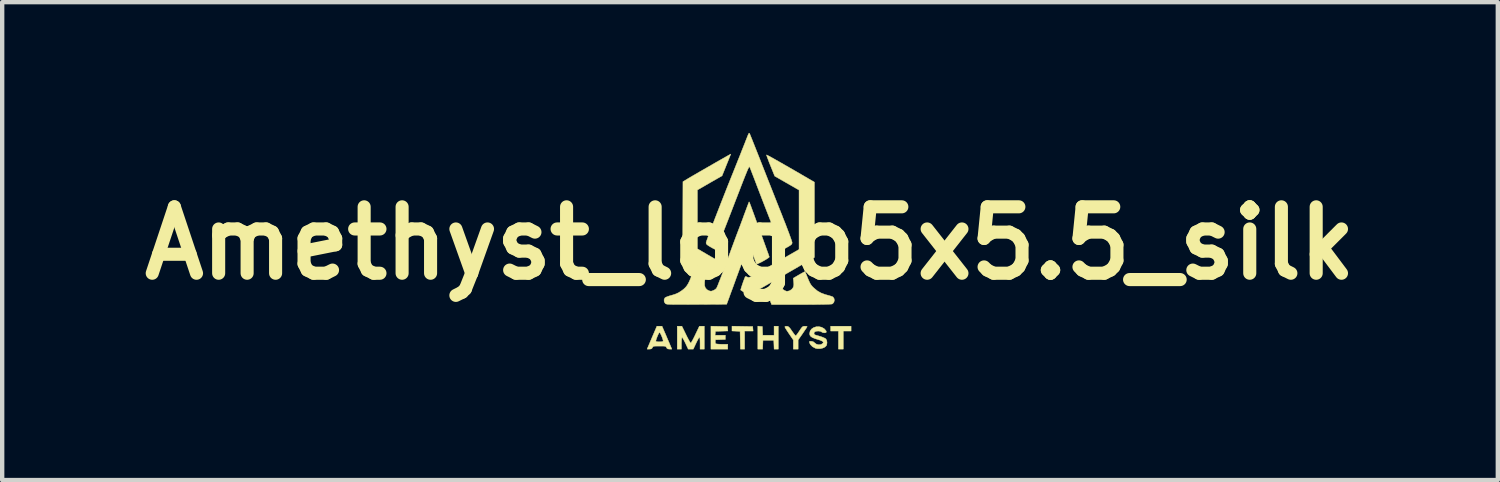
<source format=kicad_pcb>
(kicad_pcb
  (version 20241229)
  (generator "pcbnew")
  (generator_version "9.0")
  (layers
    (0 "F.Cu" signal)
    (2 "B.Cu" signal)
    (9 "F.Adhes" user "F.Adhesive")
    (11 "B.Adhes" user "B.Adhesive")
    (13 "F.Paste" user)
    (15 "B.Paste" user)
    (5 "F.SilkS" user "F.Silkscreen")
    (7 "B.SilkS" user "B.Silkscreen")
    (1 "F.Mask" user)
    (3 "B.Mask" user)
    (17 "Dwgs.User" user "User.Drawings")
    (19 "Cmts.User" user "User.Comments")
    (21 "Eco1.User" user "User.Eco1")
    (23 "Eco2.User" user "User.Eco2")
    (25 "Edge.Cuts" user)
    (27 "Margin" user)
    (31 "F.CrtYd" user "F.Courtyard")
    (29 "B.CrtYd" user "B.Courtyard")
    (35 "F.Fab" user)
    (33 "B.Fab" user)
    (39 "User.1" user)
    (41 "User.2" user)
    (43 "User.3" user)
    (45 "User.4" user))
  (footprint "Amethyst_logo5x5.5_silk"
    (layer "F.Cu")
    (at 14.159 2.53)
    (property "Reference" "Amethyst_logo5x5.5_silk" (at 0 0 0) (layer "F.SilkS") (effects (font (size 1.524 1.524) (thickness 0.3))))
    (attr through_hole)
    (fp_poly (pts (xy 2.319 2.015) (xy 2.14 2.015) (xy 2.14 2.43) (xy 2.029 2.43) (xy 2.029 2.015) (xy 1.85 2.015) (xy 1.85 1.905) (xy 2.319 1.905) (xy 2.319 2.015)) (stroke (width 0.01) (type solid)) (fill yes) (layer "F.SilkS"))
    (fp_poly (pts (xy 0.062 1.912) (xy 0.066 1.964) (xy 0.071 2.015) (xy -0.124 2.015) (xy -0.124 2.43) (xy -0.22 2.43) (xy -0.228 2.022) (xy -0.321 2.018) (xy -0.414 2.014) (xy -0.414 1.904) (xy 0.062 1.912)) (stroke (width 0.01) (type solid)) (fill yes) (layer "F.SilkS"))
    (fp_poly (pts (xy 0.231 1.908) (xy 0.283 1.912) (xy 0.287 2.012) (xy 0.291 2.112) (xy 0.552 2.112) (xy 0.552 1.905) (xy 0.649 1.905) (xy 0.649 2.43) (xy 0.553 2.43) (xy 0.549 2.329) (xy 0.545 2.229) (xy 0.297 2.229) (xy 0.293 2.329) (xy 0.289 2.43) (xy 0.179 2.43) (xy 0.179 1.903) (xy 0.231 1.908)) (stroke (width 0.01) (type solid)) (fill yes) (layer "F.SilkS"))
    (fp_poly (pts (xy -0.707 1.908) (xy -0.518 1.912) (xy -0.513 1.963) (xy -0.509 2.014) (xy -0.651 2.018) (xy -0.794 2.022) (xy -0.802 2.112) (xy -0.566 2.112) (xy -0.566 2.208) (xy -0.68 2.212) (xy -0.794 2.216) (xy -0.798 2.256) (xy -0.796 2.289) (xy -0.785 2.307) (xy -0.763 2.312) (xy -0.722 2.316) (xy -0.667 2.319) (xy -0.638 2.319) (xy -0.511 2.319) (xy -0.511 2.43) (xy -0.897 2.43) (xy -0.897 1.904) (xy -0.707 1.908)) (stroke (width 0.01) (type solid)) (fill yes) (layer "F.SilkS"))
    (fp_poly (pts (xy -1.469 2.098) (xy -1.436 2.165) (xy -1.406 2.221) (xy -1.382 2.263) (xy -1.366 2.288) (xy -1.361 2.291) (xy -1.35 2.28) (xy -1.33 2.247) (xy -1.303 2.198) (xy -1.272 2.136) (xy -1.254 2.098) (xy -1.162 1.905) (xy -1.049 1.905) (xy -1.049 2.43) (xy -1.146 2.43) (xy -1.146 2.292) (xy -1.147 2.232) (xy -1.15 2.186) (xy -1.155 2.159) (xy -1.159 2.153) (xy -1.17 2.165) (xy -1.189 2.197) (xy -1.214 2.244) (xy -1.237 2.292) (xy -1.302 2.43) (xy -1.418 2.43) (xy -1.483 2.291) (xy -1.51 2.237) (xy -1.534 2.194) (xy -1.552 2.167) (xy -1.561 2.161) (xy -1.566 2.177) (xy -1.571 2.215) (xy -1.573 2.267) (xy -1.574 2.299) (xy -1.574 2.43) (xy -1.67 2.43) (xy -1.67 1.905) (xy -1.563 1.905) (xy -1.469 2.098)) (stroke (width 0.01) (type solid)) (fill yes) (layer "F.SilkS"))
    (fp_poly (pts (xy 1.292 1.907) (xy 1.31 1.911) (xy 1.311 1.913) (xy 1.304 1.927) (xy 1.284 1.959) (xy 1.253 2.004) (xy 1.216 2.059) (xy 1.208 2.071) (xy 1.104 2.22) (xy 1.104 2.43) (xy 0.994 2.43) (xy 0.994 2.221) (xy 0.889 2.067) (xy 0.848 2.005) (xy 0.82 1.962) (xy 0.804 1.934) (xy 0.799 1.919) (xy 0.804 1.911) (xy 0.816 1.908) (xy 0.821 1.907) (xy 0.851 1.906) (xy 0.874 1.912) (xy 0.897 1.93) (xy 0.925 1.962) (xy 0.961 2.015) (xy 0.966 2.022) (xy 0.998 2.067) (xy 1.025 2.103) (xy 1.043 2.123) (xy 1.048 2.126) (xy 1.06 2.115) (xy 1.083 2.086) (xy 1.113 2.044) (xy 1.132 2.015) (xy 1.166 1.964) (xy 1.19 1.932) (xy 1.21 1.914) (xy 1.229 1.907) (xy 1.254 1.905) (xy 1.258 1.905) (xy 1.292 1.907)) (stroke (width 0.01) (type solid)) (fill yes) (layer "F.SilkS"))
    (fp_poly (pts (xy -0.465 -1.985) (xy -0.479 -1.951) (xy -0.5 -1.897) (xy -0.527 -1.831) (xy -0.556 -1.759) (xy -0.565 -1.736) (xy -0.642 -1.546) (xy -0.925 -1.384) (xy -1.208 -1.221) (xy -1.208 0.128) (xy -0.987 0.257) (xy -0.917 0.298) (xy -0.854 0.334) (xy -0.804 0.363) (xy -0.769 0.383) (xy -0.755 0.39) (xy -0.756 0.403) (xy -0.765 0.436) (xy -0.779 0.483) (xy -0.796 0.537) (xy -0.814 0.593) (xy -0.832 0.644) (xy -0.847 0.685) (xy -0.858 0.709) (xy -0.86 0.712) (xy -0.872 0.707) (xy -0.905 0.689) (xy -0.956 0.66) (xy -1.022 0.623) (xy -1.1 0.579) (xy -1.186 0.53) (xy -1.204 0.52) (xy -1.545 0.324) (xy -1.542 -0.544) (xy -1.539 -1.412) (xy -1.401 -1.495) (xy -1.361 -1.519) (xy -1.302 -1.553) (xy -1.229 -1.595) (xy -1.145 -1.644) (xy -1.053 -1.697) (xy -0.957 -1.752) (xy -0.861 -1.807) (xy -0.768 -1.861) (xy -0.681 -1.91) (xy -0.604 -1.954) (xy -0.542 -1.989) (xy -0.496 -2.015) (xy -0.473 -2.028) (xy -0.442 -2.044) (xy -0.465 -1.985)) (stroke (width 0.01) (type solid)) (fill yes) (layer "F.SilkS"))
    (fp_poly (pts (xy -1.925 2.122) (xy -1.893 2.198) (xy -1.863 2.267) (xy -1.838 2.326) (xy -1.82 2.368) (xy -1.813 2.385) (xy -1.794 2.43) (xy -1.847 2.43) (xy -1.886 2.426) (xy -1.907 2.411) (xy -1.916 2.395) (xy -1.924 2.38) (xy -1.936 2.37) (xy -1.956 2.364) (xy -1.99 2.361) (xy -2.044 2.361) (xy -2.078 2.361) (xy -2.142 2.361) (xy -2.185 2.362) (xy -2.211 2.367) (xy -2.226 2.374) (xy -2.235 2.387) (xy -2.239 2.395) (xy -2.255 2.419) (xy -2.282 2.428) (xy -2.308 2.43) (xy -2.361 2.43) (xy -2.342 2.385) (xy -2.33 2.357) (xy -2.31 2.31) (xy -2.283 2.247) (xy -2.283 2.247) (xy -2.161 2.247) (xy -2.16 2.251) (xy -2.142 2.259) (xy -2.107 2.263) (xy -2.064 2.263) (xy -2.025 2.26) (xy -1.999 2.253) (xy -1.994 2.249) (xy -1.994 2.23) (xy -2.004 2.196) (xy -2.019 2.153) (xy -2.037 2.11) (xy -2.056 2.073) (xy -2.071 2.051) (xy -2.078 2.048) (xy -2.09 2.062) (xy -2.108 2.095) (xy -2.127 2.138) (xy -2.144 2.183) (xy -2.157 2.222) (xy -2.161 2.247) (xy -2.283 2.247) (xy -2.253 2.175) (xy -2.23 2.122) (xy -2.137 1.905) (xy -2.019 1.905) (xy -1.925 2.122)) (stroke (width 0.01) (type solid)) (fill yes) (layer "F.SilkS"))
    (fp_poly (pts (xy 1.642 1.928) (xy 1.699 1.96) (xy 1.714 1.974) (xy 1.745 2.012) (xy 1.752 2.039) (xy 1.734 2.054) (xy 1.707 2.057) (xy 1.669 2.051) (xy 1.643 2.037) (xy 1.643 2.036) (xy 1.616 2.022) (xy 1.575 2.016) (xy 1.529 2.018) (xy 1.492 2.03) (xy 1.484 2.034) (xy 1.468 2.059) (xy 1.472 2.087) (xy 1.494 2.104) (xy 1.515 2.111) (xy 1.555 2.122) (xy 1.605 2.137) (xy 1.612 2.139) (xy 1.665 2.157) (xy 1.71 2.177) (xy 1.739 2.194) (xy 1.74 2.195) (xy 1.76 2.232) (xy 1.767 2.281) (xy 1.76 2.33) (xy 1.753 2.348) (xy 1.72 2.382) (xy 1.67 2.406) (xy 1.609 2.42) (xy 1.545 2.42) (xy 1.5 2.41) (xy 1.433 2.374) (xy 1.385 2.325) (xy 1.368 2.29) (xy 1.361 2.263) (xy 1.368 2.252) (xy 1.395 2.25) (xy 1.403 2.25) (xy 1.449 2.26) (xy 1.481 2.285) (xy 1.523 2.317) (xy 1.575 2.33) (xy 1.626 2.325) (xy 1.656 2.308) (xy 1.678 2.287) (xy 1.68 2.271) (xy 1.672 2.258) (xy 1.648 2.243) (xy 1.608 2.225) (xy 1.575 2.215) (xy 1.492 2.189) (xy 1.432 2.165) (xy 1.394 2.139) (xy 1.373 2.109) (xy 1.367 2.074) (xy 1.367 2.072) (xy 1.379 2.016) (xy 1.411 1.97) (xy 1.459 1.937) (xy 1.517 1.918) (xy 1.58 1.915) (xy 1.642 1.928)) (stroke (width 0.01) (type solid)) (fill yes) (layer "F.SilkS"))
    (fp_poly (pts (xy 1.268 0.665) (xy 1.283 0.699) (xy 1.303 0.749) (xy 1.326 0.806) (xy 1.355 0.874) (xy 1.379 0.923) (xy 1.403 0.961) (xy 1.431 0.995) (xy 1.469 1.031) (xy 1.47 1.032) (xy 1.546 1.095) (xy 1.627 1.141) (xy 1.722 1.177) (xy 1.788 1.195) (xy 1.838 1.209) (xy 1.879 1.223) (xy 1.903 1.233) (xy 1.903 1.234) (xy 1.928 1.269) (xy 1.935 1.312) (xy 1.924 1.355) (xy 1.897 1.387) (xy 1.882 1.395) (xy 1.861 1.398) (xy 1.815 1.4) (xy 1.747 1.403) (xy 1.66 1.404) (xy 1.554 1.406) (xy 1.434 1.407) (xy 1.303 1.408) (xy 1.172 1.408) (xy 0.496 1.408) (xy 0.481 1.37) (xy 0.468 1.334) (xy 0.45 1.287) (xy 0.442 1.263) (xy 0.426 1.219) (xy 0.413 1.184) (xy 0.408 1.172) (xy 0.409 1.159) (xy 0.424 1.142) (xy 0.456 1.119) (xy 0.508 1.087) (xy 0.546 1.064) (xy 0.603 1.032) (xy 0.65 1.006) (xy 0.683 0.989) (xy 0.697 0.983) (xy 0.697 0.983) (xy 0.705 0.997) (xy 0.717 1.019) (xy 0.746 1.053) (xy 0.789 1.083) (xy 0.834 1.102) (xy 0.853 1.104) (xy 0.906 1.092) (xy 0.956 1.06) (xy 0.988 1.019) (xy 1.001 0.984) (xy 1.005 0.941) (xy 1.001 0.89) (xy 0.992 0.803) (xy 1.125 0.725) (xy 1.179 0.694) (xy 1.223 0.67) (xy 1.252 0.655) (xy 1.262 0.651) (xy 1.268 0.665)) (stroke (width 0.01) (type solid)) (fill yes) (layer "F.SilkS"))
    (fp_poly (pts (xy 0.392 -2.021) (xy 0.428 -2.002) (xy 0.485 -1.972) (xy 0.561 -1.929) (xy 0.655 -1.876) (xy 0.767 -1.812) (xy 0.894 -1.739) (xy 1.035 -1.658) (xy 1.188 -1.569) (xy 1.349 -1.475) (xy 1.477 -1.401) (xy 1.477 -0.538) (xy 1.477 0.326) (xy 1.17 0.504) (xy 1.017 0.593) (xy 0.868 0.679) (xy 0.724 0.762) (xy 0.587 0.841) (xy 0.459 0.914) (xy 0.342 0.981) (xy 0.238 1.04) (xy 0.149 1.091) (xy 0.076 1.132) (xy 0.021 1.162) (xy -0.013 1.18) (xy -0.026 1.186) (xy -0.041 1.179) (xy -0.073 1.161) (xy -0.116 1.136) (xy -0.12 1.134) (xy -0.163 1.108) (xy -0.196 1.087) (xy -0.213 1.075) (xy -0.214 1.075) (xy -0.212 1.06) (xy -0.202 1.026) (xy -0.187 0.979) (xy -0.169 0.925) (xy -0.15 0.87) (xy -0.131 0.821) (xy -0.116 0.783) (xy -0.106 0.765) (xy -0.106 0.764) (xy -0.09 0.765) (xy -0.062 0.777) (xy -0.059 0.778) (xy -0.049 0.782) (xy -0.039 0.785) (xy -0.026 0.784) (xy -0.009 0.78) (xy 0.016 0.77) (xy 0.05 0.754) (xy 0.095 0.73) (xy 0.154 0.698) (xy 0.228 0.656) (xy 0.32 0.604) (xy 0.432 0.54) (xy 0.553 0.471) (xy 1.125 0.143) (xy 1.125 -1.219) (xy 0.846 -1.379) (xy 0.567 -1.539) (xy 0.47 -1.779) (xy 0.439 -1.855) (xy 0.414 -1.922) (xy 0.394 -1.975) (xy 0.382 -2.011) (xy 0.379 -2.026) (xy 0.379 -2.026) (xy 0.392 -2.021)) (stroke (width 0.01) (type solid)) (fill yes) (layer "F.SilkS"))
    (fp_poly (pts (xy -0.014 -2.522) (xy -0.007 -2.509) (xy -0.005 -2.504) (xy 0.004 -2.484) (xy 0.021 -2.441) (xy 0.047 -2.377) (xy 0.08 -2.294) (xy 0.119 -2.196) (xy 0.163 -2.085) (xy 0.211 -1.964) (xy 0.262 -1.834) (xy 0.291 -1.76) (xy 0.352 -1.606) (xy 0.416 -1.443) (xy 0.483 -1.274) (xy 0.549 -1.107) (xy 0.613 -0.944) (xy 0.673 -0.793) (xy 0.727 -0.658) (xy 0.767 -0.554) (xy 0.812 -0.442) (xy 0.852 -0.336) (xy 0.889 -0.24) (xy 0.919 -0.157) (xy 0.943 -0.09) (xy 0.959 -0.042) (xy 0.966 -0.016) (xy 0.966 -0.013) (xy 0.963 0.008) (xy 0.952 0.027) (xy 0.926 0.048) (xy 0.882 0.076) (xy 0.867 0.084) (xy 0.819 0.111) (xy 0.779 0.132) (xy 0.753 0.143) (xy 0.749 0.143) (xy 0.733 0.132) (xy 0.713 0.099) (xy 0.697 0.062) (xy 0.608 -0.162) (xy 0.519 -0.389) (xy 0.432 -0.612) (xy 0.348 -0.827) (xy 0.27 -1.029) (xy 0.199 -1.214) (xy 0.159 -1.318) (xy 0.12 -1.421) (xy 0.084 -1.515) (xy 0.052 -1.597) (xy 0.026 -1.665) (xy 0.006 -1.716) (xy -0.006 -1.745) (xy -0.009 -1.752) (xy -0.015 -1.754) (xy -0.022 -1.747) (xy -0.033 -1.73) (xy -0.048 -1.7) (xy -0.067 -1.656) (xy -0.092 -1.595) (xy -0.124 -1.516) (xy -0.163 -1.417) (xy -0.211 -1.294) (xy -0.247 -1.199) (xy -0.335 -0.973) (xy -0.413 -0.77) (xy -0.482 -0.592) (xy -0.543 -0.435) (xy -0.596 -0.3) (xy -0.641 -0.185) (xy -0.679 -0.09) (xy -0.71 -0.012) (xy -0.735 0.049) (xy -0.755 0.094) (xy -0.768 0.125) (xy -0.777 0.143) (xy -0.781 0.148) (xy -0.798 0.143) (xy -0.833 0.127) (xy -0.878 0.102) (xy -0.901 0.089) (xy -0.953 0.058) (xy -0.985 0.035) (xy -1.002 0.016) (xy -1.007 -0.004) (xy -1.008 -0.01) (xy -1.003 -0.031) (xy -0.988 -0.075) (xy -0.964 -0.141) (xy -0.932 -0.228) (xy -0.892 -0.334) (xy -0.846 -0.457) (xy -0.793 -0.595) (xy -0.734 -0.746) (xy -0.67 -0.91) (xy -0.602 -1.083) (xy -0.53 -1.266) (xy -0.455 -1.454) (xy -0.377 -1.648) (xy -0.324 -1.781) (xy -0.28 -1.892) (xy -0.235 -2.003) (xy -0.193 -2.11) (xy -0.154 -2.208) (xy -0.121 -2.291) (xy -0.096 -2.356) (xy -0.089 -2.373) (xy -0.062 -2.442) (xy -0.043 -2.488) (xy -0.03 -2.515) (xy -0.021 -2.525) (xy -0.014 -2.522)) (stroke (width 0.01) (type solid)) (fill yes) (layer "F.SilkS"))
    (fp_poly (pts (xy -0.015 -0.939) (xy -0.003 -0.91) (xy 0.013 -0.867) (xy 0.014 -0.867) (xy 0.025 -0.835) (xy 0.045 -0.78) (xy 0.072 -0.707) (xy 0.105 -0.617) (xy 0.142 -0.514) (xy 0.183 -0.402) (xy 0.227 -0.284) (xy 0.243 -0.238) (xy 0.286 -0.121) (xy 0.325 -0.013) (xy 0.36 0.084) (xy 0.39 0.169) (xy 0.415 0.236) (xy 0.432 0.285) (xy 0.441 0.312) (xy 0.442 0.317) (xy 0.431 0.329) (xy 0.401 0.35) (xy 0.359 0.377) (xy 0.31 0.405) (xy 0.259 0.433) (xy 0.211 0.456) (xy 0.174 0.473) (xy 0.152 0.48) (xy 0.148 0.478) (xy 0.141 0.46) (xy 0.127 0.421) (xy 0.107 0.366) (xy 0.083 0.3) (xy 0.069 0.262) (xy 0.044 0.192) (xy 0.021 0.132) (xy 0.002 0.085) (xy -0.01 0.057) (xy -0.013 0.051) (xy -0.029 0.05) (xy -0.037 0.058) (xy -0.045 0.075) (xy -0.061 0.114) (xy -0.084 0.174) (xy -0.113 0.251) (xy -0.147 0.341) (xy -0.185 0.443) (xy -0.225 0.552) (xy -0.228 0.559) (xy -0.271 0.678) (xy -0.315 0.796) (xy -0.356 0.91) (xy -0.394 1.015) (xy -0.428 1.106) (xy -0.455 1.179) (xy -0.47 1.222) (xy -0.536 1.401) (xy -1.227 1.405) (xy -1.383 1.405) (xy -1.514 1.406) (xy -1.621 1.406) (xy -1.709 1.406) (xy -1.778 1.405) (xy -1.831 1.404) (xy -1.87 1.402) (xy -1.898 1.4) (xy -1.918 1.396) (xy -1.931 1.392) (xy -1.939 1.387) (xy -1.946 1.381) (xy -1.969 1.342) (xy -1.972 1.297) (xy -1.955 1.258) (xy -1.948 1.25) (xy -1.922 1.236) (xy -1.878 1.219) (xy -1.825 1.202) (xy -1.817 1.201) (xy -1.719 1.171) (xy -1.638 1.135) (xy -1.563 1.086) (xy -1.521 1.053) (xy -1.481 1.015) (xy -1.446 0.972) (xy -1.415 0.921) (xy -1.383 0.854) (xy -1.348 0.767) (xy -1.346 0.763) (xy -1.326 0.715) (xy -1.308 0.68) (xy -1.295 0.663) (xy -1.293 0.663) (xy -1.276 0.669) (xy -1.241 0.687) (xy -1.193 0.713) (xy -1.156 0.735) (xy -1.033 0.808) (xy -1.042 0.893) (xy -1.043 0.968) (xy -1.026 1.023) (xy -0.989 1.065) (xy -0.954 1.085) (xy -0.918 1.099) (xy -0.888 1.1) (xy -0.851 1.089) (xy -0.809 1.068) (xy -0.775 1.04) (xy -0.77 1.034) (xy -0.76 1.014) (xy -0.741 0.971) (xy -0.716 0.907) (xy -0.684 0.826) (xy -0.647 0.73) (xy -0.607 0.623) (xy -0.564 0.506) (xy -0.532 0.42) (xy -0.487 0.297) (xy -0.444 0.179) (xy -0.404 0.07) (xy -0.368 -0.027) (xy -0.337 -0.11) (xy -0.313 -0.175) (xy -0.296 -0.219) (xy -0.29 -0.235) (xy -0.277 -0.269) (xy -0.256 -0.325) (xy -0.228 -0.397) (xy -0.197 -0.481) (xy -0.163 -0.572) (xy -0.143 -0.628) (xy -0.11 -0.716) (xy -0.081 -0.795) (xy -0.056 -0.861) (xy -0.037 -0.911) (xy -0.025 -0.941) (xy -0.022 -0.949) (xy -0.015 -0.939)) (stroke (width 0.01) (type solid)) (fill yes) (layer "F.SilkS")))
  (gr_rect
    (start -3 -3)
    (end 31.317 7.965)
    (stroke (width 0.1) (type default))
    (fill no)
    (layer "Edge.Cuts")))
</source>
